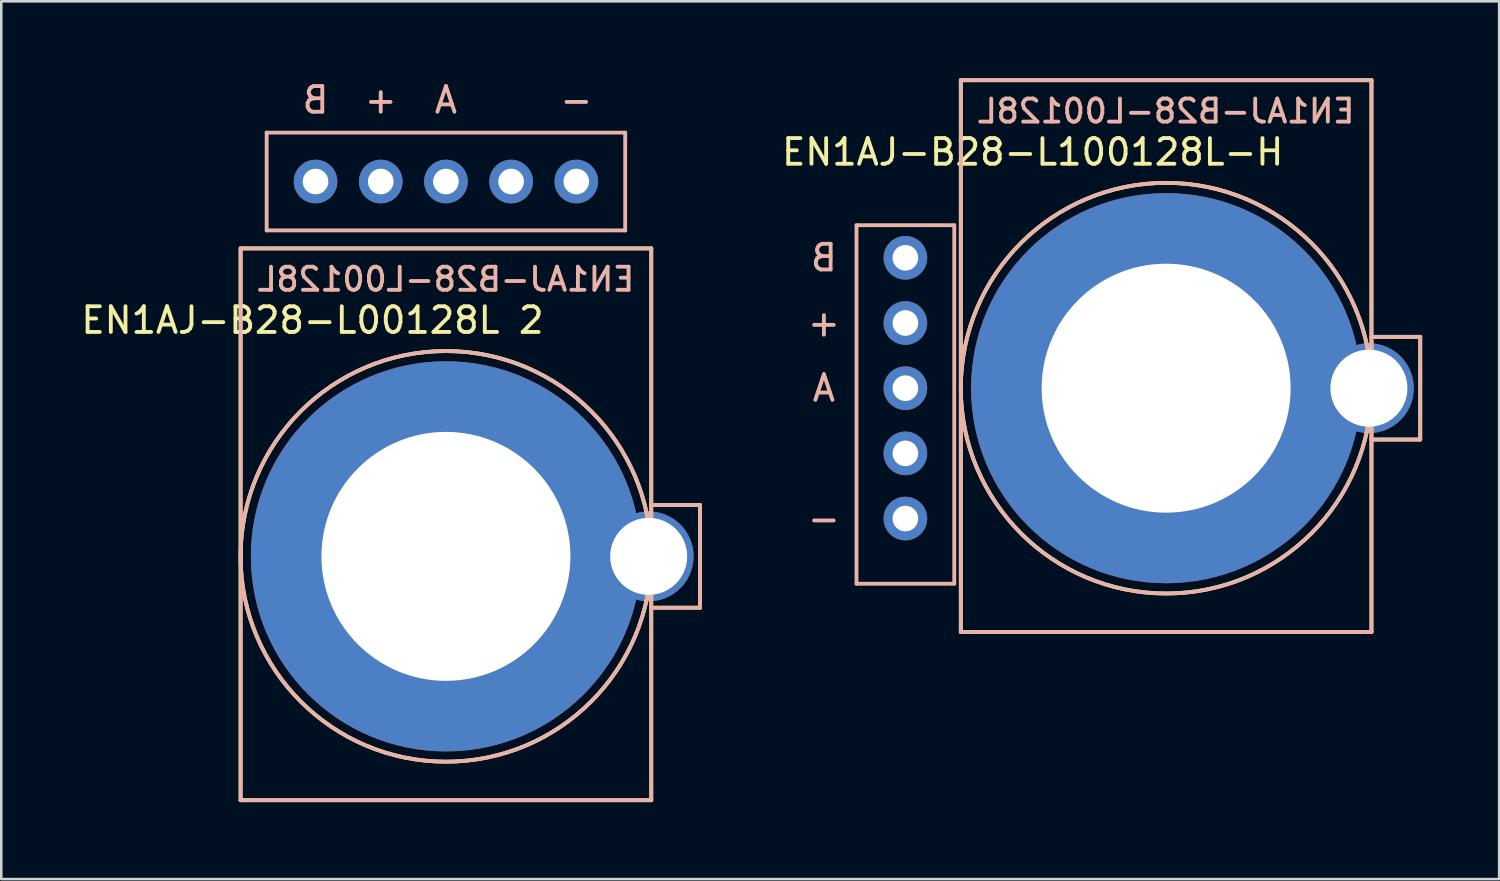
<source format=kicad_pcb>
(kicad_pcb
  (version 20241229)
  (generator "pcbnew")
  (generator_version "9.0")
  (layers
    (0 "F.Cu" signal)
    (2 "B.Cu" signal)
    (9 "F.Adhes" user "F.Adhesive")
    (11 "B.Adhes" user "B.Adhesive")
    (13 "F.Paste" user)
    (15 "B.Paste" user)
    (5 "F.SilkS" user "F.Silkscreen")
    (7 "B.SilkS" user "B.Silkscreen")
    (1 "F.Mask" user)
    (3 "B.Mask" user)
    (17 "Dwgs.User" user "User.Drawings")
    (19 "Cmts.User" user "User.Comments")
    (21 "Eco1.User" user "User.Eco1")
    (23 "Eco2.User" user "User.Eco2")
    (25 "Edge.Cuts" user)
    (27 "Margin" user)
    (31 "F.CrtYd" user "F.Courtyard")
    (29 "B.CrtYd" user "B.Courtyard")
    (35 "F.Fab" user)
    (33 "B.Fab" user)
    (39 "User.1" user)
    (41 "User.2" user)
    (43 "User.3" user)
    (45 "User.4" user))
  (footprint "EN1AJ-B28-L00128L 2"
    (layer "F.Cu")
    (at 14.325 18.628)
    (property "Reference" "EN1AJ-B28-L00128L 2" (at -5.2 -9.2 0) (layer "F.SilkS") (effects (font (size 1 1) (thickness 0.15))))
    (attr through_hole)
    (fp_line (start -8 -12) (end 8 -12) (stroke (width 0.15) (type solid)) (layer "F.SilkS"))
    (fp_line (start -8 9.5) (end -8 -12) (stroke (width 0.15) (type solid)) (layer "F.SilkS"))
    (fp_line (start 8 -12) (end 8 9.5) (stroke (width 0.15) (type solid)) (layer "F.SilkS"))
    (fp_line (start 8 -2) (end 9.9 -2) (stroke (width 0.15) (type solid)) (layer "F.SilkS"))
    (fp_line (start 8 9.5) (end -8 9.5) (stroke (width 0.15) (type solid)) (layer "F.SilkS"))
    (fp_line (start 9.9 -2) (end 9.9 2) (stroke (width 0.15) (type solid)) (layer "F.SilkS"))
    (fp_line (start 9.9 2) (end 8 2) (stroke (width 0.15) (type solid)) (layer "F.SilkS"))
    (fp_circle (center 0 0) (end 8 0) (stroke (width 0.15) (type solid)) (fill no) (layer "F.SilkS"))
    (fp_line (start -8 -12) (end 8 -12) (stroke (width 0.15) (type solid)) (layer "B.SilkS"))
    (fp_line (start -8 9.5) (end -8 -12) (stroke (width 0.15) (type solid)) (layer "B.SilkS"))
    (fp_line (start -6.985 -16.51) (end 6.985 -16.51) (stroke (width 0.15) (type solid)) (layer "B.SilkS"))
    (fp_line (start -6.985 -12.7) (end -6.985 -16.51) (stroke (width 0.15) (type solid)) (layer "B.SilkS"))
    (fp_line (start 6.985 -16.51) (end 6.985 -12.7) (stroke (width 0.15) (type solid)) (layer "B.SilkS"))
    (fp_line (start 6.985 -12.7) (end -6.985 -12.7) (stroke (width 0.15) (type solid)) (layer "B.SilkS"))
    (fp_line (start 8 -12) (end 8 9.5) (stroke (width 0.15) (type solid)) (layer "B.SilkS"))
    (fp_line (start 8 -2) (end 9.9 -2) (stroke (width 0.15) (type solid)) (layer "B.SilkS"))
    (fp_line (start 8 9.5) (end -8 9.5) (stroke (width 0.15) (type solid)) (layer "B.SilkS"))
    (fp_line (start 9.9 -2) (end 9.9 2) (stroke (width 0.15) (type solid)) (layer "B.SilkS"))
    (fp_line (start 9.9 2) (end 8 2) (stroke (width 0.15) (type solid)) (layer "B.SilkS"))
    (fp_circle (center 0 0) (end 8 0) (stroke (width 0.15) (type solid)) (fill no) (layer "B.SilkS"))
    (fp_text user "B" (at -5.08 -17.78 0) (layer "B.SilkS") (effects (font (size 1 1) (thickness 0.15)) (justify mirror)))
    (fp_text user "+" (at -2.54 -17.78 0) (layer "B.SilkS") (effects (font (size 1 1) (thickness 0.15)) (justify mirror)))
    (fp_text user "A" (at 0 -17.78 0) (layer "B.SilkS") (effects (font (size 1 1) (thickness 0.15)) (justify mirror)))
    (fp_text user "-" (at 5.08 -17.78 0) (layer "B.SilkS") (effects (font (size 1 1) (thickness 0.15)) (justify mirror)))
    (fp_text user "EN1AJ-B28-L00128L" (at 0 -10.795 0) (layer "B.SilkS") (effects (font (size 0.9 0.9) (thickness 0.15)) (justify mirror)))
    (pad "" thru_hole circle (at 0 0) (size 15.2 15.2) (drill 9.7) (layers "*.Cu"))
    (pad "" thru_hole circle (at 2.54 -14.605) (size 1.7 1.7) (drill 1) (layers "*.Cu" "*.Mask"))
    (pad "" thru_hole circle (at 7.9 0) (size 3.5 3.5) (drill 3) (layers "*.Cu"))
    (pad "1" thru_hole circle (at -5.08 -14.605) (size 1.7 1.7) (drill 1) (layers "*.Cu" "*.Mask"))
    (pad "2" thru_hole circle (at -2.54 -14.605) (size 1.7 1.7) (drill 1) (layers "*.Cu" "*.Mask"))
    (pad "3" thru_hole circle (at 0 -14.605) (size 1.7 1.7) (drill 1) (layers "*.Cu" "*.Mask"))
    (pad "4" thru_hole circle (at 5.08 -14.605) (size 1.7 1.7) (drill 1) (layers "*.Cu" "*.Mask")))
  (footprint "EN1AJ-B28-L100128L-H"
    (layer "F.Cu")
    (at 42.387 12.075)
    (property "Reference" "EN1AJ-B28-L100128L-H" (at -5.2 -9.2 0) (layer "F.SilkS") (effects (font (size 1 1) (thickness 0.15))))
    (attr through_hole)
    (fp_line (start -8 -12) (end 8 -12) (stroke (width 0.15) (type solid)) (layer "F.SilkS"))
    (fp_line (start -8 9.5) (end -8 -12) (stroke (width 0.15) (type solid)) (layer "F.SilkS"))
    (fp_line (start 8 -12) (end 8 9.5) (stroke (width 0.15) (type solid)) (layer "F.SilkS"))
    (fp_line (start 8 -2) (end 9.9 -2) (stroke (width 0.15) (type solid)) (layer "F.SilkS"))
    (fp_line (start 8 9.5) (end -8 9.5) (stroke (width 0.15) (type solid)) (layer "F.SilkS"))
    (fp_line (start 9.9 -2) (end 9.9 2) (stroke (width 0.15) (type solid)) (layer "F.SilkS"))
    (fp_line (start 9.9 2) (end 8 2) (stroke (width 0.15) (type solid)) (layer "F.SilkS"))
    (fp_circle (center 0 0) (end 8 0) (stroke (width 0.15) (type solid)) (fill no) (layer "F.SilkS"))
    (fp_line (start -12.065 7.62) (end -12.065 -6.35) (stroke (width 0.15) (type solid)) (layer "B.SilkS"))
    (fp_line (start -12.065 7.62) (end -8.255 7.62) (stroke (width 0.15) (type solid)) (layer "B.SilkS"))
    (fp_line (start -8.255 -6.35) (end -12.065 -6.35) (stroke (width 0.15) (type solid)) (layer "B.SilkS"))
    (fp_line (start -8.255 -6.35) (end -8.255 7.62) (stroke (width 0.15) (type solid)) (layer "B.SilkS"))
    (fp_line (start -8 -12) (end 8 -12) (stroke (width 0.15) (type solid)) (layer "B.SilkS"))
    (fp_line (start -8 9.5) (end -8 -12) (stroke (width 0.15) (type solid)) (layer "B.SilkS"))
    (fp_line (start 8 -12) (end 8 9.5) (stroke (width 0.15) (type solid)) (layer "B.SilkS"))
    (fp_line (start 8 -2) (end 9.9 -2) (stroke (width 0.15) (type solid)) (layer "B.SilkS"))
    (fp_line (start 8 9.5) (end -8 9.5) (stroke (width 0.15) (type solid)) (layer "B.SilkS"))
    (fp_line (start 9.9 -2) (end 9.9 2) (stroke (width 0.15) (type solid)) (layer "B.SilkS"))
    (fp_line (start 9.9 2) (end 8 2) (stroke (width 0.15) (type solid)) (layer "B.SilkS"))
    (fp_circle (center 0 0) (end 8 0) (stroke (width 0.15) (type solid)) (fill no) (layer "B.SilkS"))
    (fp_text user "-" (at -13.335 5.08 0) (layer "B.SilkS") (effects (font (size 1 1) (thickness 0.15)) (justify mirror)))
    (fp_text user "+" (at -13.335 -2.54 0) (layer "B.SilkS") (effects (font (size 1 1) (thickness 0.15)) (justify mirror)))
    (fp_text user "EN1AJ-B28-L00128L" (at 0 -10.795 0) (layer "B.SilkS") (effects (font (size 0.9 0.9) (thickness 0.15)) (justify mirror)))
    (fp_text user "B" (at -13.335 -5.08 0) (layer "B.SilkS") (effects (font (size 1 1) (thickness 0.15)) (justify mirror)))
    (fp_text user "A" (at -13.335 0 0) (layer "B.SilkS") (effects (font (size 1 1) (thickness 0.15)) (justify mirror)))
    (pad "" thru_hole circle (at -10.16 2.54) (size 1.7 1.7) (drill 1) (layers "*.Cu" "*.Mask"))
    (pad "" thru_hole circle (at 0 0) (size 15.2 15.2) (drill 9.7) (layers "*.Cu"))
    (pad "" thru_hole circle (at 7.9 0) (size 3.5 3.5) (drill 3) (layers "*.Cu"))
    (pad "1" thru_hole circle (at -10.16 -5.08) (size 1.7 1.7) (drill 1) (layers "*.Cu" "*.Mask"))
    (pad "2" thru_hole circle (at -10.16 -2.54) (size 1.7 1.7) (drill 1) (layers "*.Cu" "*.Mask"))
    (pad "3" thru_hole circle (at -10.16 0) (size 1.7 1.7) (drill 1) (layers "*.Cu" "*.Mask"))
    (pad "4" thru_hole circle (at -10.16 5.08) (size 1.7 1.7) (drill 1) (layers "*.Cu" "*.Mask")))
  (gr_rect
    (start -3 -3)
    (end 55.362 31.203)
    (stroke (width 0.1) (type default))
    (fill no)
    (layer "Edge.Cuts")))
</source>
